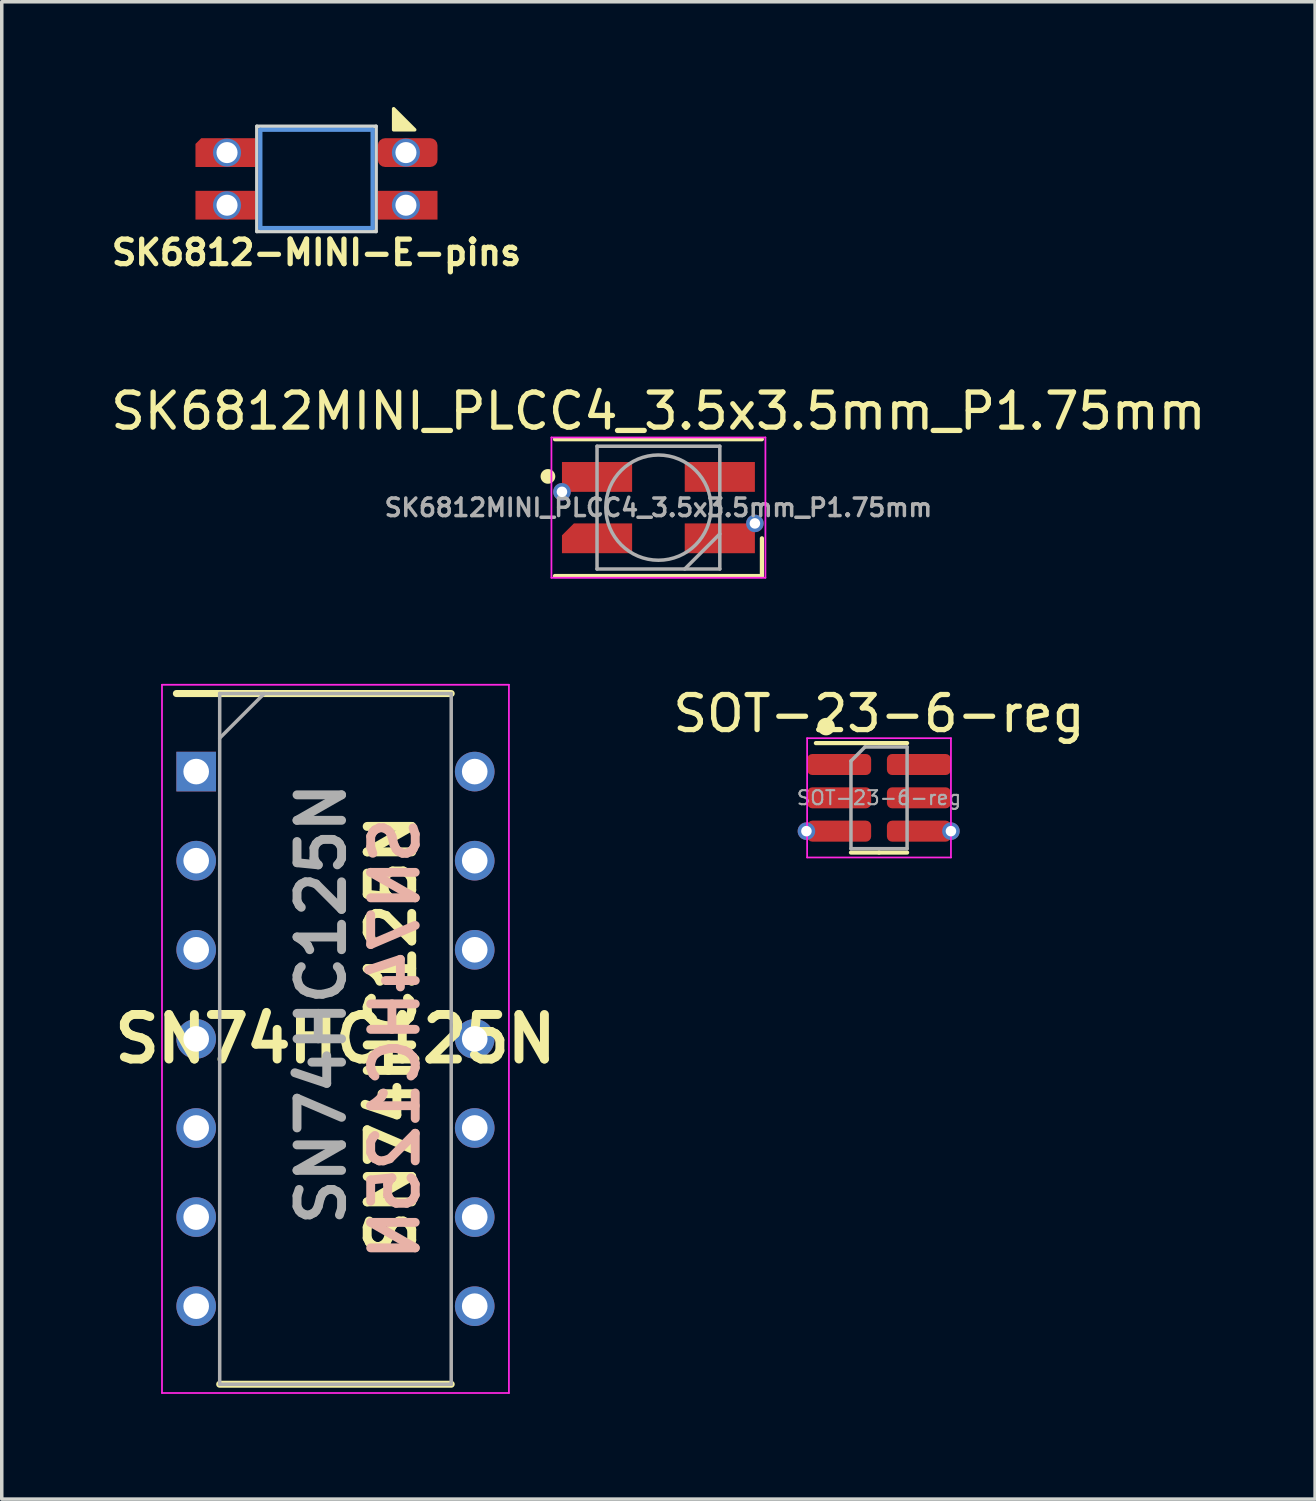
<source format=kicad_pcb>
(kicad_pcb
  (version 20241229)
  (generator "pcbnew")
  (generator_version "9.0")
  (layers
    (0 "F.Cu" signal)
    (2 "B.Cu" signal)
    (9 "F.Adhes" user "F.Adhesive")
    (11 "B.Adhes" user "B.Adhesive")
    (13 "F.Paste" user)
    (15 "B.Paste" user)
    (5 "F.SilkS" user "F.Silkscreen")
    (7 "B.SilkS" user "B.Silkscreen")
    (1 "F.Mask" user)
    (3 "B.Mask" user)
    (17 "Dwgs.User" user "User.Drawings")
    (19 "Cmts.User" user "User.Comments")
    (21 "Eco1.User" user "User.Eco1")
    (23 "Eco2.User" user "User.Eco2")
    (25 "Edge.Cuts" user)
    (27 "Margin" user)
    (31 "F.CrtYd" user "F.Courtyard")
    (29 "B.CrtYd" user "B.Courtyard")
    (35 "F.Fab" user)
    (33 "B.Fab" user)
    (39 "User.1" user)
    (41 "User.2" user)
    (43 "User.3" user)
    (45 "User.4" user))
  (footprint "SK6812MINI_PLCC4_3.5x3.5mm_P1.75mm"
    (layer "F.Cu")
    (at 15.72 11.421)
    (property "Reference" "SK6812MINI_PLCC4_3.5x3.5mm_P1.75mm" (at 0 -2.75 180) (layer "F.SilkS") (effects (font (size 1 1) (thickness 0.15))))
    (attr smd)
    (fp_line (start -2.95 -1.95) (end 2.95 -1.95) (stroke (width 0.12) (type solid)) (layer "F.SilkS"))
    (fp_line (start -2.95 1.95) (end 2.95 1.95) (stroke (width 0.12) (type solid)) (layer "F.SilkS"))
    (fp_line (start 2.95 1.95) (end 2.95 0.875) (stroke (width 0.12) (type solid)) (layer "F.SilkS"))
    (fp_circle (center -3.15 -0.89) (end -2.99 -0.89) (stroke (width 0.1) (type solid)) (fill yes) (layer "F.SilkS"))
    (fp_line (start -3.05 -2) (end -3.05 2) (stroke (width 0.05) (type solid)) (layer "F.CrtYd"))
    (fp_line (start -3.05 2) (end 3.05 2) (stroke (width 0.05) (type solid)) (layer "F.CrtYd"))
    (fp_line (start 3.05 -2) (end -3.05 -2) (stroke (width 0.05) (type solid)) (layer "F.CrtYd"))
    (fp_line (start 3.05 2) (end 3.05 -2) (stroke (width 0.05) (type solid)) (layer "F.CrtYd"))
    (fp_line (start -1.75 -1.75) (end -1.75 1.75) (stroke (width 0.1) (type solid)) (layer "F.Fab"))
    (fp_line (start -1.75 1.75) (end 1.75 1.75) (stroke (width 0.1) (type solid)) (layer "F.Fab"))
    (fp_line (start 1.75 -1.75) (end -1.75 -1.75) (stroke (width 0.1) (type solid)) (layer "F.Fab"))
    (fp_line (start 1.75 0.75) (end 0.75 1.75) (stroke (width 0.1) (type solid)) (layer "F.Fab"))
    (fp_line (start 1.75 1.75) (end 1.75 -1.75) (stroke (width 0.1) (type solid)) (layer "F.Fab"))
    (fp_circle (center 0 0) (end 0 -1.5) (stroke (width 0.1) (type solid)) (fill no) (layer "F.Fab"))
    (fp_text user "${REFERENCE}" (at 0 0 180) (layer "F.Fab") (effects (font (size 0.5 0.5) (thickness 0.1))))
    (pad "1" thru_hole circle (at -2.75 -0.45) (size 0.5 0.5) (drill 0.3) (layers "*.Cu" "*.Mask"))
    (pad "1" smd rect (at -1.75 -0.875) (size 2 0.85) (layers "F.Cu" "F.Mask" "F.Paste"))
    (pad "2" smd roundrect (at -1.75 0.875) (size 2 0.85) (layers "F.Cu" "F.Mask" "F.Paste") (roundrect_rratio 0) (chamfer_ratio 0.4) (chamfer top_left))
    (pad "3" smd rect (at 1.75 0.875) (size 2 0.85) (layers "F.Cu" "F.Mask" "F.Paste"))
    (pad "3" thru_hole circle (at 2.75 0.45) (size 0.5 0.5) (drill 0.3) (layers "*.Cu" "*.Mask"))
    (pad "4" smd rect (at 1.75 -0.875) (size 2 0.85) (layers "F.Cu" "F.Mask" "F.Paste")))
  (footprint "SOT-23-6-reg"
    (layer "F.Cu")
    (at 22.009 19.694)
    (property "Reference" "SOT-23-6-reg" (at 0 -2.4 0) (layer "F.SilkS") (effects (font (size 1 1) (thickness 0.15))))
    (attr smd)
    (fp_line (start 0 -1.56) (end -1.8 -1.56) (stroke (width 0.12) (type solid)) (layer "F.SilkS"))
    (fp_line (start 0 -1.56) (end 0.8 -1.56) (stroke (width 0.12) (type solid)) (layer "F.SilkS"))
    (fp_line (start 0 1.56) (end -0.8 1.56) (stroke (width 0.12) (type solid)) (layer "F.SilkS"))
    (fp_line (start 0 1.56) (end 0.8 1.56) (stroke (width 0.12) (type solid)) (layer "F.SilkS"))
    (fp_circle (center -1.51 -2.03) (end -1.31 -2.03) (stroke (width 0.1) (type solid)) (fill yes) (layer "F.SilkS"))
    (fp_line (start -2.05 -1.7) (end -2.05 1.7) (stroke (width 0.05) (type solid)) (layer "F.CrtYd"))
    (fp_line (start -2.05 1.7) (end 2.05 1.7) (stroke (width 0.05) (type solid)) (layer "F.CrtYd"))
    (fp_line (start 2.05 -1.7) (end -2.05 -1.7) (stroke (width 0.05) (type solid)) (layer "F.CrtYd"))
    (fp_line (start 2.05 1.7) (end 2.05 -1.7) (stroke (width 0.05) (type solid)) (layer "F.CrtYd"))
    (fp_line (start -0.8 -1.05) (end -0.4 -1.45) (stroke (width 0.1) (type solid)) (layer "F.Fab"))
    (fp_line (start -0.8 1.45) (end -0.8 -1.05) (stroke (width 0.1) (type solid)) (layer "F.Fab"))
    (fp_line (start -0.4 -1.45) (end 0.8 -1.45) (stroke (width 0.1) (type solid)) (layer "F.Fab"))
    (fp_line (start 0.8 -1.45) (end 0.8 1.45) (stroke (width 0.1) (type solid)) (layer "F.Fab"))
    (fp_line (start 0.8 1.45) (end -0.8 1.45) (stroke (width 0.1) (type solid)) (layer "F.Fab"))
    (fp_text user "${REFERENCE}" (at 0 0 0) (layer "F.Fab") (effects (font (size 0.4 0.4) (thickness 0.06))))
    (pad "1" smd roundrect (at -1.137 -0.95) (size 1.825 0.6) (layers "F.Cu" "F.Mask" "F.Paste") (roundrect_rratio 0.25))
    (pad "2" smd roundrect (at -1.137 0) (size 1.825 0.6) (layers "F.Cu" "F.Mask" "F.Paste") (roundrect_rratio 0.25))
    (pad "3" thru_hole circle (at -2.07 0.95) (size 0.5 0.5) (drill 0.3) (layers "*.Cu" "*.Mask"))
    (pad "3" smd roundrect (at -1.137 0.95) (size 1.825 0.6) (layers "F.Cu" "F.Mask" "F.Paste") (roundrect_rratio 0.25))
    (pad "4" smd roundrect (at 1.137 0.95) (size 1.825 0.6) (layers "F.Cu" "F.Mask" "F.Paste") (roundrect_rratio 0.25))
    (pad "4" thru_hole circle (at 2.05 0.95) (size 0.5 0.5) (drill 0.3) (layers "*.Cu" "*.Mask"))
    (pad "5" smd roundrect (at 1.137 0) (size 1.825 0.6) (layers "F.Cu" "F.Mask" "F.Paste") (roundrect_rratio 0.25))
    (pad "6" smd roundrect (at 1.137 -0.95) (size 1.825 0.6) (layers "F.Cu" "F.Mask" "F.Paste") (roundrect_rratio 0.25)))
  (footprint "SN74HC125N"
    (layer "F.Cu")
    (at 6.513 26.566)
    (property "Reference" "SN74HC125N" (at 0 0 0) (layer "F.SilkS") (effects (font (size 1.27 1.27) (thickness 0.254))))
    (property "Value" "SN74HC125N" (at 0 0 0) (layer "F.SilkS") (hide yes) (effects (font (size 1.27 1.27) (thickness 0.254))))
    (attr through_hole)
    (fp_line (start -4.535 -9.845) (end 3.3 -9.845) (stroke (width 0.2) (type solid)) (layer "F.SilkS"))
    (fp_line (start -3.3 9.845) (end 3.3 9.845) (stroke (width 0.2) (type solid)) (layer "F.SilkS"))
    (fp_line (start -4.945 -10.095) (end 4.945 -10.095) (stroke (width 0.05) (type solid)) (layer "F.CrtYd"))
    (fp_line (start -4.945 10.095) (end -4.945 -10.095) (stroke (width 0.05) (type solid)) (layer "F.CrtYd"))
    (fp_line (start 4.945 -10.095) (end 4.945 10.095) (stroke (width 0.05) (type solid)) (layer "F.CrtYd"))
    (fp_line (start 4.945 10.095) (end -4.945 10.095) (stroke (width 0.05) (type solid)) (layer "F.CrtYd"))
    (fp_line (start -3.3 -9.845) (end 3.3 -9.845) (stroke (width 0.1) (type solid)) (layer "F.Fab"))
    (fp_line (start -3.3 -8.575) (end -2.03 -9.845) (stroke (width 0.1) (type solid)) (layer "F.Fab"))
    (fp_line (start -3.3 9.845) (end -3.3 -9.845) (stroke (width 0.1) (type solid)) (layer "F.Fab"))
    (fp_line (start 3.3 -9.845) (end 3.3 9.845) (stroke (width 0.1) (type solid)) (layer "F.Fab"))
    (fp_line (start 3.3 9.845) (end -3.3 9.845) (stroke (width 0.1) (type solid)) (layer "F.Fab"))
    (fp_text user "${VALUE}" (at 1.6 -0.1 90) (layer "F.SilkS") (effects (font (size 1.27 1.27) (thickness 0.254))))
    (fp_text user "${VALUE}" (at 1.7 0 90) (layer "B.SilkS") (effects (font (size 1.27 1.27) (thickness 0.254)) (justify mirror)))
    (fp_text user "${REFERENCE}" (at -0.4 -1 90) (layer "F.Fab") (effects (font (size 1.27 1.27) (thickness 0.254))))
    (pad "1" thru_hole rect (at -3.97 -7.62) (size 1.13 1.13) (drill 0.73) (layers "*.Cu" "*.Mask"))
    (pad "2" thru_hole circle (at -3.97 -5.08) (size 1.13 1.13) (drill 0.73) (layers "*.Cu" "*.Mask"))
    (pad "3" thru_hole circle (at -3.97 -2.54) (size 1.13 1.13) (drill 0.73) (layers "*.Cu" "*.Mask"))
    (pad "4" thru_hole circle (at -3.97 0) (size 1.13 1.13) (drill 0.73) (layers "*.Cu" "*.Mask"))
    (pad "5" thru_hole circle (at -3.97 2.54) (size 1.13 1.13) (drill 0.73) (layers "*.Cu" "*.Mask"))
    (pad "6" thru_hole circle (at -3.97 5.08) (size 1.13 1.13) (drill 0.73) (layers "*.Cu" "*.Mask"))
    (pad "7" thru_hole circle (at -3.97 7.62) (size 1.13 1.13) (drill 0.73) (layers "*.Cu" "*.Mask"))
    (pad "8" thru_hole circle (at 3.97 7.62) (size 1.13 1.13) (drill 0.73) (layers "*.Cu" "*.Mask"))
    (pad "9" thru_hole circle (at 3.97 5.08) (size 1.13 1.13) (drill 0.73) (layers "*.Cu" "*.Mask"))
    (pad "10" thru_hole circle (at 3.97 2.54) (size 1.13 1.13) (drill 0.73) (layers "*.Cu" "*.Mask"))
    (pad "11" thru_hole circle (at 3.97 0) (size 1.13 1.13) (drill 0.73) (layers "*.Cu" "*.Mask"))
    (pad "12" thru_hole circle (at 3.97 -2.54) (size 1.13 1.13) (drill 0.73) (layers "*.Cu" "*.Mask"))
    (pad "13" thru_hole circle (at 3.97 -5.08) (size 1.13 1.13) (drill 0.73) (layers "*.Cu" "*.Mask"))
    (pad "14" thru_hole circle (at 3.97 -7.62) (size 1.13 1.13) (drill 0.73) (layers "*.Cu" "*.Mask")))
  (footprint "SK6812-MINI-E-pins"
    (layer "F.Cu")
    (at 5.972 2.05)
    (property "Reference" "SK6812-MINI-E-pins" (at 0 2.1 0) (unlocked yes) (layer "F.SilkS") (effects (font (size 0.7 0.7) (thickness 0.15))))
    (attr through_hole)
    (fp_poly (pts (xy 2.8 -1.4) (xy 2.2 -1.4) (xy 2.2 -2)) (stroke (width 0.1) (type solid)) (fill yes) (layer "F.SilkS"))
    (fp_line (start -1.6 -1.4) (end 1.6 -1.4) (stroke (width 0.12) (type solid)) (layer "Cmts.User"))
    (fp_line (start -1.6 1.4) (end -1.6 -1.4) (stroke (width 0.12) (type solid)) (layer "Cmts.User"))
    (fp_line (start 1.6 -1.4) (end 1.6 1.4) (stroke (width 0.12) (type solid)) (layer "Cmts.User"))
    (fp_line (start 1.6 1.4) (end -1.6 1.4) (stroke (width 0.12) (type solid)) (layer "Cmts.User"))
    (fp_line (start -1.7 -1.5) (end 1.7 -1.5) (stroke (width 0.1) (type solid)) (layer "Edge.Cuts"))
    (fp_line (start -1.7 1.5) (end -1.7 -1.5) (stroke (width 0.1) (type solid)) (layer "Edge.Cuts"))
    (fp_line (start 1.7 -1.5) (end 1.7 1.5) (stroke (width 0.1) (type solid)) (layer "Edge.Cuts"))
    (fp_line (start 1.7 1.5) (end -1.7 1.5) (stroke (width 0.1) (type solid)) (layer "Edge.Cuts"))
    (pad "1" smd rect (at -2.6 0.75) (size 1.7 0.82) (layers "F.Cu" "F.Mask" "F.Paste"))
    (pad "1" thru_hole circle (at -2.55 0.75) (size 0.8 0.8) (drill 0.6) (layers "*.Cu" "*.Mask"))
    (pad "2" smd roundrect (at -2.6 -0.75) (size 1.7 0.82) (layers "F.Cu" "F.Mask" "F.Paste") (roundrect_rratio 0) (chamfer_ratio 0.2) (chamfer top_left))
    (pad "2" thru_hole circle (at -2.55 -0.75) (size 0.8 0.8) (drill 0.6) (layers "*.Cu" "*.Mask"))
    (pad "3" thru_hole circle (at 2.55 -0.75) (size 0.8 0.8) (drill 0.6) (layers "*.Cu" "*.Mask"))
    (pad "3" smd roundrect (at 2.6 -0.75) (size 1.7 0.82) (layers "F.Cu" "F.Mask" "F.Paste") (roundrect_rratio 0.25))
    (pad "4" thru_hole circle (at 2.55 0.75) (size 0.8 0.8) (drill 0.6) (layers "*.Cu" "*.Mask"))
    (pad "4" smd rect (at 2.6 0.75) (size 1.7 0.82) (layers "F.Cu" "F.Mask" "F.Paste")))
  (gr_rect
    (start -3 -3)
    (end 34.44 39.686)
    (stroke (width 0.1) (type default))
    (fill no)
    (layer "Edge.Cuts")))
</source>
